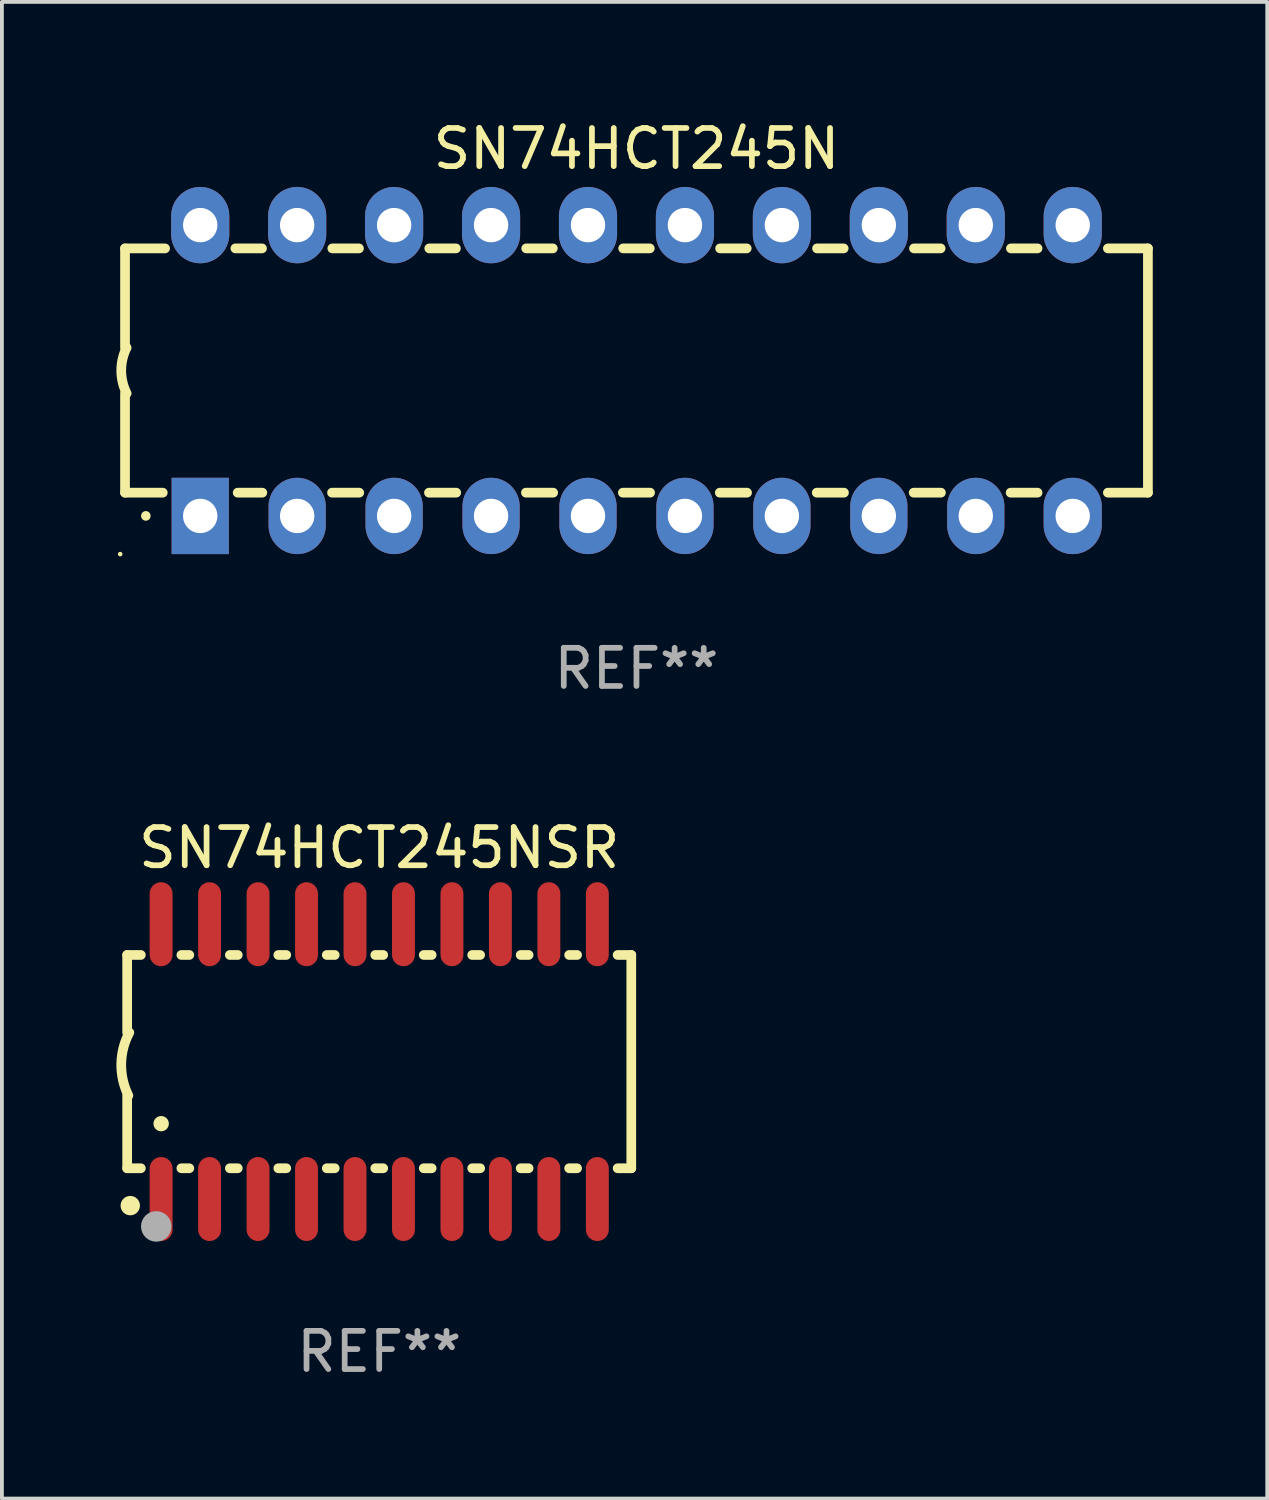
<source format=kicad_pcb>
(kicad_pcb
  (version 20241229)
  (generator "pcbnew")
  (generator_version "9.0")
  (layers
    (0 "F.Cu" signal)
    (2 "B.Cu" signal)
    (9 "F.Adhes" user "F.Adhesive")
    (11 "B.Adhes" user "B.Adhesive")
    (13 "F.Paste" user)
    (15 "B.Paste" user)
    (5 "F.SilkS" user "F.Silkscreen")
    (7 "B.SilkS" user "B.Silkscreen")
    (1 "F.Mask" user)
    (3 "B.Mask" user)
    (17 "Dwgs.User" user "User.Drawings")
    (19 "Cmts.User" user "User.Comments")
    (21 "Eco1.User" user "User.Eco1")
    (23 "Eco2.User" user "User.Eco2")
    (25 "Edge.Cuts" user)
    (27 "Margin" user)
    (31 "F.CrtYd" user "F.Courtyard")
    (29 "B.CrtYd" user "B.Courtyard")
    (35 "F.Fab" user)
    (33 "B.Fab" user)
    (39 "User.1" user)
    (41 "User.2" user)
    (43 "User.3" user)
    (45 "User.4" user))
  (footprint "SN74HCT245NSR"
    (layer "F.Cu")
    (at 6.886 24.765)
    (property "Reference" "SN74HCT245NSR" (at 0 -5.6 0) (layer "F.SilkS") (effects (font (size 1 1) (thickness 0.15))))
    (attr through_hole)
    (fp_line (start -6.604 -2.794) (end -6.246 -2.794) (stroke (width 0.254) (type solid)) (layer "F.SilkS"))
    (fp_line (start -6.604 -0.762) (end -6.604 -2.794) (stroke (width 0.254) (type solid)) (layer "F.SilkS"))
    (fp_line (start -6.604 2.794) (end -6.604 0.889) (stroke (width 0.254) (type solid)) (layer "F.SilkS"))
    (fp_line (start -6.246 2.794) (end -6.604 2.794) (stroke (width 0.254) (type solid)) (layer "F.SilkS"))
    (fp_line (start -5.184 -2.794) (end -4.976 -2.794) (stroke (width 0.254) (type solid)) (layer "F.SilkS"))
    (fp_line (start -4.976 2.794) (end -5.184 2.794) (stroke (width 0.254) (type solid)) (layer "F.SilkS"))
    (fp_line (start -3.914 -2.794) (end -3.706 -2.794) (stroke (width 0.254) (type solid)) (layer "F.SilkS"))
    (fp_line (start -3.706 2.794) (end -3.914 2.794) (stroke (width 0.254) (type solid)) (layer "F.SilkS"))
    (fp_line (start -2.644 -2.794) (end -2.436 -2.794) (stroke (width 0.254) (type solid)) (layer "F.SilkS"))
    (fp_line (start -2.436 2.794) (end -2.644 2.794) (stroke (width 0.254) (type solid)) (layer "F.SilkS"))
    (fp_line (start -1.374 -2.794) (end -1.166 -2.794) (stroke (width 0.254) (type solid)) (layer "F.SilkS"))
    (fp_line (start -1.166 2.794) (end -1.374 2.794) (stroke (width 0.254) (type solid)) (layer "F.SilkS"))
    (fp_line (start -0.104 -2.794) (end 0.104 -2.794) (stroke (width 0.254) (type solid)) (layer "F.SilkS"))
    (fp_line (start 0.104 2.794) (end -0.104 2.794) (stroke (width 0.254) (type solid)) (layer "F.SilkS"))
    (fp_line (start 1.166 -2.794) (end 1.374 -2.794) (stroke (width 0.254) (type solid)) (layer "F.SilkS"))
    (fp_line (start 1.374 2.794) (end 1.166 2.794) (stroke (width 0.254) (type solid)) (layer "F.SilkS"))
    (fp_line (start 2.436 -2.794) (end 2.644 -2.794) (stroke (width 0.254) (type solid)) (layer "F.SilkS"))
    (fp_line (start 2.644 2.794) (end 2.436 2.794) (stroke (width 0.254) (type solid)) (layer "F.SilkS"))
    (fp_line (start 3.706 -2.794) (end 3.914 -2.794) (stroke (width 0.254) (type solid)) (layer "F.SilkS"))
    (fp_line (start 3.914 2.794) (end 3.706 2.794) (stroke (width 0.254) (type solid)) (layer "F.SilkS"))
    (fp_line (start 4.976 -2.794) (end 5.184 -2.794) (stroke (width 0.254) (type solid)) (layer "F.SilkS"))
    (fp_line (start 5.184 2.794) (end 4.976 2.794) (stroke (width 0.254) (type solid)) (layer "F.SilkS"))
    (fp_line (start 6.246 -2.794) (end 6.604 -2.794) (stroke (width 0.254) (type solid)) (layer "F.SilkS"))
    (fp_line (start 6.604 -2.794) (end 6.604 2.794) (stroke (width 0.254) (type solid)) (layer "F.SilkS"))
    (fp_line (start 6.604 2.794) (end 6.246 2.794) (stroke (width 0.254) (type solid)) (layer "F.SilkS"))
    (fp_arc (start -6.572821 0.889028) (mid -6.759035 0.060466) (end -6.547422 -0.761976) (stroke (width 0.254001) (type solid)) (layer "F.SilkS"))
    (fp_arc (start -6.570993 3.749047) (mid -6.569723 3.749042) (end -6.568453 3.749047) (stroke (width 0.3) (type solid)) (layer "F.SilkS"))
    (fp_arc (start -5.715011 1.625603) (mid -5.713741 1.625599) (end -5.712471 1.625603) (stroke (width 0.4) (type solid)) (layer "F.SilkS"))
    (fp_circle (center -6.523 3.773) (end -6.396 3.773) (stroke (width 0.254) (type solid)) (fill no) (layer "F.SilkS"))
    (fp_circle (center -5.842 4.318) (end -5.642 4.318) (stroke (width 0.4) (type solid)) (fill no) (layer "F.Fab"))
    (fp_text user "REF**" (at 0 7.6 0) (layer "F.Fab") (effects (font (size 1 1) (thickness 0.15))))
    (pad "1" smd oval (at -5.715 3.6) (size 0.6 2.2) (layers "F.Cu" "F.Mask" "F.Paste"))
    (pad "2" smd oval (at -4.445 3.6) (size 0.6 2.2) (layers "F.Cu" "F.Mask" "F.Paste"))
    (pad "3" smd oval (at -3.175 3.6) (size 0.6 2.2) (layers "F.Cu" "F.Mask" "F.Paste"))
    (pad "4" smd oval (at -1.905 3.6) (size 0.6 2.2) (layers "F.Cu" "F.Mask" "F.Paste"))
    (pad "5" smd oval (at -0.635 3.6) (size 0.6 2.2) (layers "F.Cu" "F.Mask" "F.Paste"))
    (pad "6" smd oval (at 0.635 3.6) (size 0.6 2.2) (layers "F.Cu" "F.Mask" "F.Paste"))
    (pad "7" smd oval (at 1.905 3.6) (size 0.6 2.2) (layers "F.Cu" "F.Mask" "F.Paste"))
    (pad "8" smd oval (at 3.175 3.6) (size 0.6 2.2) (layers "F.Cu" "F.Mask" "F.Paste"))
    (pad "9" smd oval (at 4.445 3.6) (size 0.6 2.2) (layers "F.Cu" "F.Mask" "F.Paste"))
    (pad "10" smd oval (at 5.715 3.6) (size 0.6 2.2) (layers "F.Cu" "F.Mask" "F.Paste"))
    (pad "11" smd oval (at 5.715 -3.6 180) (size 0.6 2.2) (layers "F.Cu" "F.Mask" "F.Paste"))
    (pad "12" smd oval (at 4.445 -3.6 180) (size 0.6 2.2) (layers "F.Cu" "F.Mask" "F.Paste"))
    (pad "13" smd oval (at 3.175 -3.6 180) (size 0.6 2.2) (layers "F.Cu" "F.Mask" "F.Paste"))
    (pad "14" smd oval (at 1.905 -3.6 180) (size 0.6 2.2) (layers "F.Cu" "F.Mask" "F.Paste"))
    (pad "15" smd oval (at 0.635 -3.6 180) (size 0.6 2.2) (layers "F.Cu" "F.Mask" "F.Paste"))
    (pad "16" smd oval (at -0.635 -3.6 180) (size 0.6 2.2) (layers "F.Cu" "F.Mask" "F.Paste"))
    (pad "17" smd oval (at -1.905 -3.6 180) (size 0.6 2.2) (layers "F.Cu" "F.Mask" "F.Paste"))
    (pad "18" smd oval (at -3.175 -3.6 180) (size 0.6 2.2) (layers "F.Cu" "F.Mask" "F.Paste"))
    (pad "19" smd oval (at -4.445 -3.6 180) (size 0.6 2.2) (layers "F.Cu" "F.Mask" "F.Paste"))
    (pad "20" smd oval (at -5.715 -3.6 180) (size 0.6 2.2) (layers "F.Cu" "F.Mask" "F.Paste")))
  (footprint "SN74HCT245N"
    (layer "F.Cu")
    (at 13.626 6.658)
    (property "Reference" "SN74HCT245N" (at 0 -5.81 0) (layer "F.SilkS") (effects (font (size 1 1) (thickness 0.15))))
    (attr through_hole)
    (fp_line (start -13.4 -3.2) (end -12.351 -3.2) (stroke (width 0.254) (type solid)) (layer "F.SilkS"))
    (fp_line (start -13.4 -0.6) (end -13.4 -3.2) (stroke (width 0.254) (type solid)) (layer "F.SilkS"))
    (fp_line (start -13.4 3.2) (end -13.4 0.6) (stroke (width 0.254) (type solid)) (layer "F.SilkS"))
    (fp_line (start -13.4 3.2) (end -12.411 3.2) (stroke (width 0.254) (type solid)) (layer "F.SilkS"))
    (fp_line (start -10.509 -3.2) (end -9.811 -3.2) (stroke (width 0.254) (type solid)) (layer "F.SilkS"))
    (fp_line (start -10.449 3.2) (end -9.803 3.2) (stroke (width 0.254) (type solid)) (layer "F.SilkS"))
    (fp_line (start -7.977 3.2) (end -7.263 3.2) (stroke (width 0.254) (type solid)) (layer "F.SilkS"))
    (fp_line (start -7.969 -3.2) (end -7.271 -3.2) (stroke (width 0.254) (type solid)) (layer "F.SilkS"))
    (fp_line (start -5.437 3.2) (end -4.723 3.2) (stroke (width 0.254) (type solid)) (layer "F.SilkS"))
    (fp_line (start -5.429 -3.2) (end -4.731 -3.2) (stroke (width 0.254) (type solid)) (layer "F.SilkS"))
    (fp_line (start -2.897 3.2) (end -2.183 3.2) (stroke (width 0.254) (type solid)) (layer "F.SilkS"))
    (fp_line (start -2.889 -3.2) (end -2.191 -3.2) (stroke (width 0.254) (type solid)) (layer "F.SilkS"))
    (fp_line (start -0.357 3.2) (end 0.357 3.2) (stroke (width 0.254) (type solid)) (layer "F.SilkS"))
    (fp_line (start -0.349 -3.2) (end 0.349 -3.2) (stroke (width 0.254) (type solid)) (layer "F.SilkS"))
    (fp_line (start 2.183 3.2) (end 2.897 3.2) (stroke (width 0.254) (type solid)) (layer "F.SilkS"))
    (fp_line (start 2.191 -3.2) (end 2.889 -3.2) (stroke (width 0.254) (type solid)) (layer "F.SilkS"))
    (fp_line (start 4.723 3.2) (end 5.437 3.2) (stroke (width 0.254) (type solid)) (layer "F.SilkS"))
    (fp_line (start 4.731 -3.2) (end 5.429 -3.2) (stroke (width 0.254) (type solid)) (layer "F.SilkS"))
    (fp_line (start 7.263 3.2) (end 7.977 3.2) (stroke (width 0.254) (type solid)) (layer "F.SilkS"))
    (fp_line (start 7.271 -3.2) (end 7.969 -3.2) (stroke (width 0.254) (type solid)) (layer "F.SilkS"))
    (fp_line (start 9.803 3.2) (end 10.509 3.2) (stroke (width 0.254) (type solid)) (layer "F.SilkS"))
    (fp_line (start 9.811 -3.2) (end 10.509 -3.2) (stroke (width 0.254) (type solid)) (layer "F.SilkS"))
    (fp_line (start 12.351 -3.2) (end 13.4 -3.2) (stroke (width 0.254) (type solid)) (layer "F.SilkS"))
    (fp_line (start 12.351 3.2) (end 13.4 3.2) (stroke (width 0.254) (type solid)) (layer "F.SilkS"))
    (fp_line (start 13.4 -3.2) (end 13.4 3.2) (stroke (width 0.254) (type solid)) (layer "F.SilkS"))
    (fp_arc (start -13.357557 0.599721) (mid -13.499295 0.000123) (end -13.358598 -0.599721) (stroke (width 0.254001) (type solid)) (layer "F.SilkS"))
    (fp_arc (start -12.854966 3.810008) (mid -12.854973 3.808738) (end -12.854966 3.807468) (stroke (width 0.25) (type solid)) (layer "F.SilkS"))
    (fp_circle (center -13.527 4.81) (end -13.497 4.81) (stroke (width 0.06) (type solid)) (fill no) (layer "F.SilkS"))
    (fp_text user "REF**" (at 0 7.81 0) (layer "F.Fab") (effects (font (size 1 1) (thickness 0.15))))
    (pad "1" thru_hole rect (at -11.43 3.81 90) (size 2 1.5) (drill 0.9) (layers "*.Cu" "*.Mask"))
    (pad "2" thru_hole oval (at -8.89 3.81 90) (size 2 1.5) (drill 0.9) (layers "*.Cu" "*.Mask"))
    (pad "3" thru_hole oval (at -6.35 3.81 90) (size 2 1.5) (drill 0.9) (layers "*.Cu" "*.Mask"))
    (pad "4" thru_hole oval (at -3.81 3.81 90) (size 2 1.5) (drill 0.9) (layers "*.Cu" "*.Mask"))
    (pad "5" thru_hole oval (at -1.27 3.81 90) (size 2 1.5) (drill 0.9) (layers "*.Cu" "*.Mask"))
    (pad "6" thru_hole oval (at 1.27 3.81 90) (size 2 1.5) (drill 0.9) (layers "*.Cu" "*.Mask"))
    (pad "7" thru_hole oval (at 3.81 3.81 90) (size 2 1.5) (drill 0.9) (layers "*.Cu" "*.Mask"))
    (pad "8" thru_hole oval (at 6.35 3.81 90) (size 2 1.5) (drill 0.9) (layers "*.Cu" "*.Mask"))
    (pad "9" thru_hole oval (at 8.89 3.81 90) (size 2 1.5) (drill 0.9) (layers "*.Cu" "*.Mask"))
    (pad "10" thru_hole oval (at 11.43 3.81 90) (size 2 1.524) (drill 0.9) (layers "*.Cu" "*.Mask"))
    (pad "11" thru_hole oval (at 11.43 -3.81 90) (size 2 1.524) (drill 0.9) (layers "*.Cu" "*.Mask"))
    (pad "12" thru_hole oval (at 8.89 -3.81 90) (size 2 1.524) (drill 0.9) (layers "*.Cu" "*.Mask"))
    (pad "13" thru_hole oval (at 6.35 -3.81 90) (size 2 1.524) (drill 0.9) (layers "*.Cu" "*.Mask"))
    (pad "14" thru_hole oval (at 3.81 -3.81 90) (size 2 1.524) (drill 0.9) (layers "*.Cu" "*.Mask"))
    (pad "15" thru_hole oval (at 1.27 -3.81 90) (size 2 1.524) (drill 0.9) (layers "*.Cu" "*.Mask"))
    (pad "16" thru_hole oval (at -1.27 -3.81 90) (size 2 1.524) (drill 0.9) (layers "*.Cu" "*.Mask"))
    (pad "17" thru_hole oval (at -3.81 -3.81 90) (size 2 1.524) (drill 0.9) (layers "*.Cu" "*.Mask"))
    (pad "18" thru_hole oval (at -6.35 -3.81 90) (size 2 1.524) (drill 0.9) (layers "*.Cu" "*.Mask"))
    (pad "19" thru_hole oval (at -8.89 -3.81 90) (size 2 1.524) (drill 0.9) (layers "*.Cu" "*.Mask"))
    (pad "20" thru_hole oval (at -11.43 -3.81 90) (size 2 1.524) (drill 0.9) (layers "*.Cu" "*.Mask")))
  (gr_rect
    (start -3 -3)
    (end 30.153 36.213)
    (stroke (width 0.1) (type default))
    (fill no)
    (layer "Edge.Cuts")))
</source>
